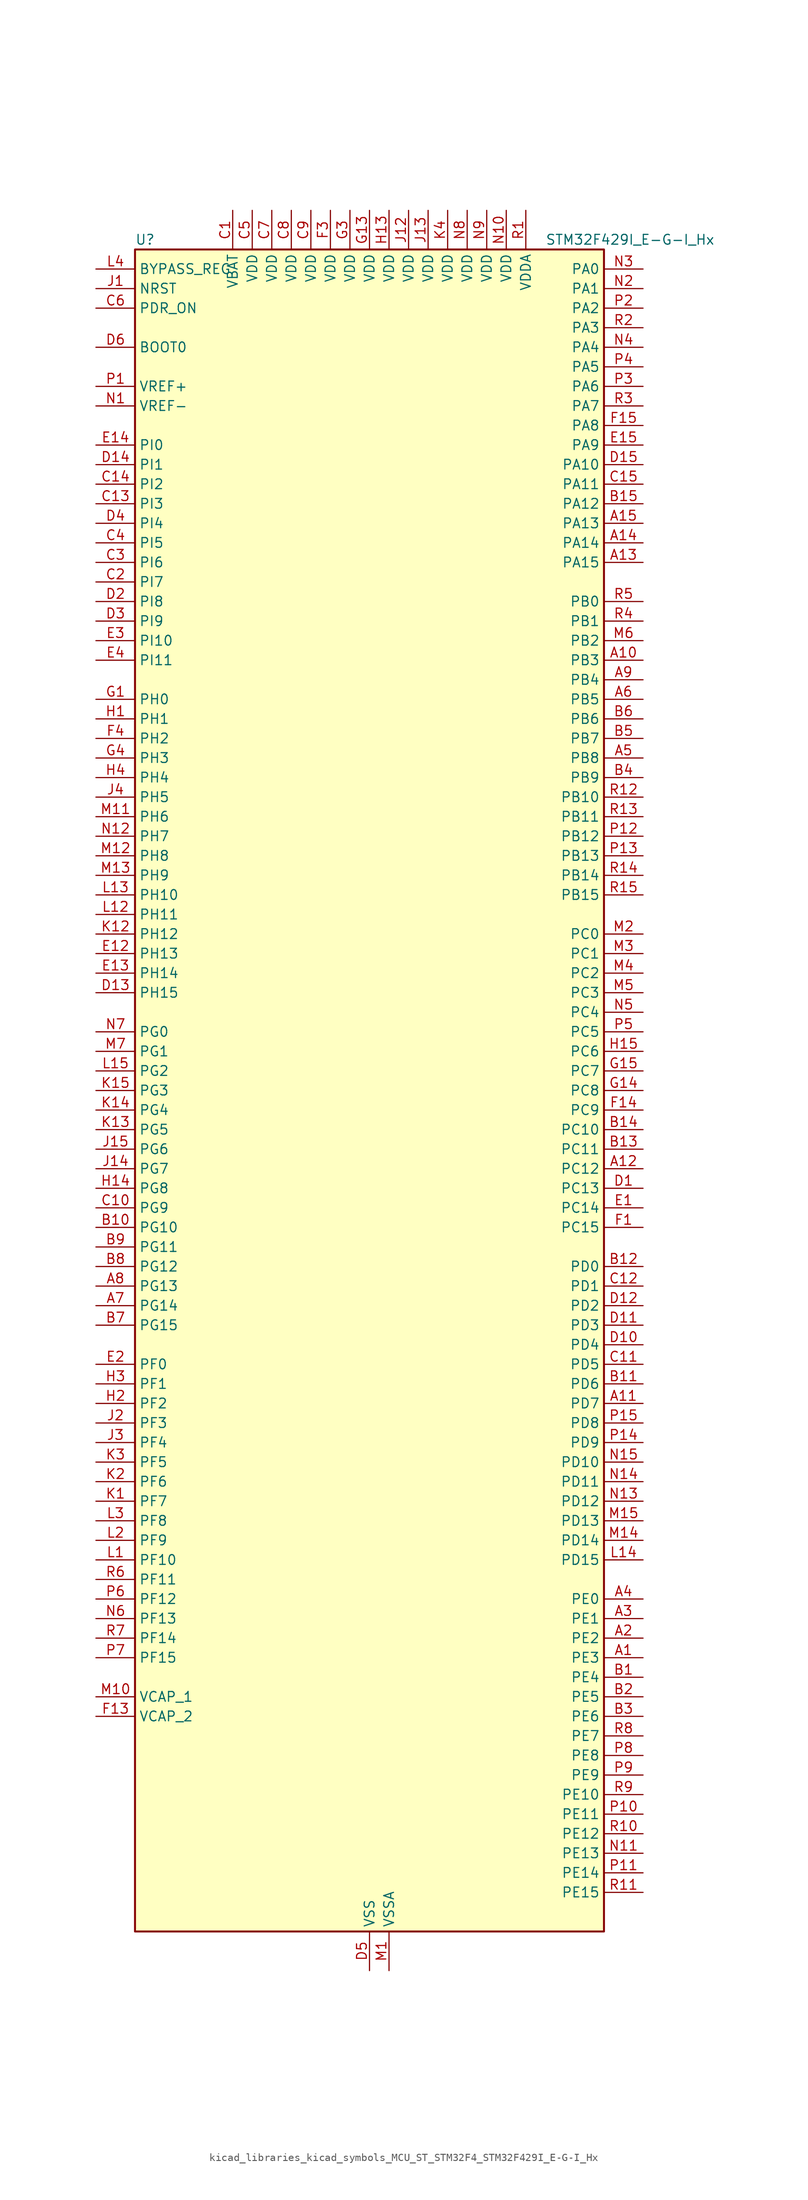
<source format=kicad_sym>
(kicad_symbol_lib
  (version 20220914)
  (generator kicad_symbol_editor)
  (symbol "kicad_libraries_kicad_symbols_MCU_ST_STM32F4_STM32F429I_E-G-I_Hx"
    (property "Reference" "U"
      (at -30.48 110.49 0)
      (effects (font (size 1.27 1.27)) (justify left)))
    (property "Value" "STM32F429I_E-G-I_Hx"
      (at 22.86 110.49 0)
      (effects (font (size 1.27 1.27)) (justify left)))
    (property "ki_locked" ""
      (at 0 0 0)
      (effects (font (size 1.27 1.27))))
    (symbol "kicad_libraries_kicad_symbols_MCU_ST_STM32F4_STM32F429I_E-G-I_Hx_0_1"
      (rectangle (start -30.48 -109.22) (end 30.48 109.22) (stroke (width 0.254) (type default)) (fill (type background))))
    (symbol "kicad_libraries_kicad_symbols_MCU_ST_STM32F4_STM32F429I_E-G-I_Hx_1_1"
      (pin bidirectional line (at 35.56 -73.66 180) (length 5.08) (name "PE3" (effects (font (size 1.27 1.27)))) (number "A1" (effects (font (size 1.27 1.27)))) (alternate "FMC_A19" bidirectional line) (alternate "SAI1_SD_B" bidirectional line) (alternate "SYS_TRACED0" bidirectional line))
      (pin bidirectional line (at 35.56 55.88 180) (length 5.08) (name "PB3" (effects (font (size 1.27 1.27)))) (number "A10" (effects (font (size 1.27 1.27)))) (alternate "I2S3_CK" bidirectional line) (alternate "SPI1_SCK" bidirectional line) (alternate "SPI3_SCK" bidirectional line) (alternate "SYS_JTDO-SWO" bidirectional line) (alternate "TIM2_CH2" bidirectional line))
      (pin bidirectional line (at 35.56 -40.64 180) (length 5.08) (name "PD7" (effects (font (size 1.27 1.27)))) (number "A11" (effects (font (size 1.27 1.27)))) (alternate "FMC_NCE2" bidirectional line) (alternate "FMC_NE1" bidirectional line) (alternate "USART2_CK" bidirectional line))
      (pin bidirectional line (at 35.56 -10.16 180) (length 5.08) (name "PC12" (effects (font (size 1.27 1.27)))) (number "A12" (effects (font (size 1.27 1.27)))) (alternate "DCMI_D9" bidirectional line) (alternate "I2S3_SD" bidirectional line) (alternate "SDIO_CK" bidirectional line) (alternate "SPI3_MOSI" bidirectional line) (alternate "UART5_TX" bidirectional line) (alternate "USART3_CK" bidirectional line))
      (pin bidirectional line (at 35.56 68.58 180) (length 5.08) (name "PA15" (effects (font (size 1.27 1.27)))) (number "A13" (effects (font (size 1.27 1.27)))) (alternate "ADC1_EXTI15" bidirectional line) (alternate "ADC2_EXTI15" bidirectional line) (alternate "ADC3_EXTI15" bidirectional line) (alternate "I2S3_WS" bidirectional line) (alternate "SPI1_NSS" bidirectional line) (alternate "SPI3_NSS" bidirectional line) (alternate "SYS_JTDI" bidirectional line) (alternate "TIM2_CH1" bidirectional line) (alternate "TIM2_ETR" bidirectional line))
      (pin bidirectional line (at 35.56 71.12 180) (length 5.08) (name "PA14" (effects (font (size 1.27 1.27)))) (number "A14" (effects (font (size 1.27 1.27)))) (alternate "SYS_JTCK-SWCLK" bidirectional line))
      (pin bidirectional line (at 35.56 73.66 180) (length 5.08) (name "PA13" (effects (font (size 1.27 1.27)))) (number "A15" (effects (font (size 1.27 1.27)))) (alternate "SYS_JTMS-SWDIO" bidirectional line))
      (pin bidirectional line (at 35.56 -71.12 180) (length 5.08) (name "PE2" (effects (font (size 1.27 1.27)))) (number "A2" (effects (font (size 1.27 1.27)))) (alternate "ETH_TXD3" bidirectional line) (alternate "FMC_A23" bidirectional line) (alternate "SAI1_MCLK_A" bidirectional line) (alternate "SPI4_SCK" bidirectional line) (alternate "SYS_TRACECLK" bidirectional line))
      (pin bidirectional line (at 35.56 -68.58 180) (length 5.08) (name "PE1" (effects (font (size 1.27 1.27)))) (number "A3" (effects (font (size 1.27 1.27)))) (alternate "DCMI_D3" bidirectional line) (alternate "FMC_NBL1" bidirectional line) (alternate "UART8_TX" bidirectional line))
      (pin bidirectional line (at 35.56 -66.04 180) (length 5.08) (name "PE0" (effects (font (size 1.27 1.27)))) (number "A4" (effects (font (size 1.27 1.27)))) (alternate "DCMI_D2" bidirectional line) (alternate "FMC_NBL0" bidirectional line) (alternate "TIM4_ETR" bidirectional line) (alternate "UART8_RX" bidirectional line))
      (pin bidirectional line (at 35.56 43.18 180) (length 5.08) (name "PB8" (effects (font (size 1.27 1.27)))) (number "A5" (effects (font (size 1.27 1.27)))) (alternate "CAN1_RX" bidirectional line) (alternate "DCMI_D6" bidirectional line) (alternate "ETH_TXD3" bidirectional line) (alternate "I2C1_SCL" bidirectional line) (alternate "LTDC_B6" bidirectional line) (alternate "SDIO_D4" bidirectional line) (alternate "TIM10_CH1" bidirectional line) (alternate "TIM4_CH3" bidirectional line))
      (pin bidirectional line (at 35.56 50.8 180) (length 5.08) (name "PB5" (effects (font (size 1.27 1.27)))) (number "A6" (effects (font (size 1.27 1.27)))) (alternate "CAN2_RX" bidirectional line) (alternate "DCMI_D10" bidirectional line) (alternate "ETH_PPS_OUT" bidirectional line) (alternate "FMC_SDCKE1" bidirectional line) (alternate "I2C1_SMBA" bidirectional line) (alternate "I2S3_SD" bidirectional line) (alternate "SPI1_MOSI" bidirectional line) (alternate "SPI3_MOSI" bidirectional line) (alternate "TIM3_CH2" bidirectional line) (alternate "USB_OTG_HS_ULPI_D7" bidirectional line))
      (pin bidirectional line (at -35.56 -27.94 0) (length 5.08) (name "PG14" (effects (font (size 1.27 1.27)))) (number "A7" (effects (font (size 1.27 1.27)))) (alternate "ETH_TXD1" bidirectional line) (alternate "FMC_A25" bidirectional line) (alternate "SPI6_MOSI" bidirectional line) (alternate "USART6_TX" bidirectional line))
      (pin bidirectional line (at -35.56 -25.4 0) (length 5.08) (name "PG13" (effects (font (size 1.27 1.27)))) (number "A8" (effects (font (size 1.27 1.27)))) (alternate "ETH_TXD0" bidirectional line) (alternate "FMC_A24" bidirectional line) (alternate "SPI6_SCK" bidirectional line) (alternate "USART6_CTS" bidirectional line))
      (pin bidirectional line (at 35.56 53.34 180) (length 5.08) (name "PB4" (effects (font (size 1.27 1.27)))) (number "A9" (effects (font (size 1.27 1.27)))) (alternate "I2S3_ext_SD" bidirectional line) (alternate "SPI1_MISO" bidirectional line) (alternate "SPI3_MISO" bidirectional line) (alternate "SYS_JTRST" bidirectional line) (alternate "TIM3_CH1" bidirectional line))
      (pin bidirectional line (at 35.56 -76.2 180) (length 5.08) (name "PE4" (effects (font (size 1.27 1.27)))) (number "B1" (effects (font (size 1.27 1.27)))) (alternate "DCMI_D4" bidirectional line) (alternate "FMC_A20" bidirectional line) (alternate "LTDC_B0" bidirectional line) (alternate "SAI1_FS_A" bidirectional line) (alternate "SPI4_NSS" bidirectional line) (alternate "SYS_TRACED1" bidirectional line))
      (pin bidirectional line (at -35.56 -17.78 0) (length 5.08) (name "PG10" (effects (font (size 1.27 1.27)))) (number "B10" (effects (font (size 1.27 1.27)))) (alternate "DCMI_D2" bidirectional line) (alternate "FMC_NCE4_1" bidirectional line) (alternate "FMC_NE3" bidirectional line) (alternate "LTDC_B2" bidirectional line) (alternate "LTDC_G3" bidirectional line))
      (pin bidirectional line (at 35.56 -38.1 180) (length 5.08) (name "PD6" (effects (font (size 1.27 1.27)))) (number "B11" (effects (font (size 1.27 1.27)))) (alternate "DCMI_D10" bidirectional line) (alternate "FMC_NWAIT" bidirectional line) (alternate "I2S3_SD" bidirectional line) (alternate "LTDC_B2" bidirectional line) (alternate "SAI1_SD_A" bidirectional line) (alternate "SPI3_MOSI" bidirectional line) (alternate "USART2_RX" bidirectional line))
      (pin bidirectional line (at 35.56 -22.86 180) (length 5.08) (name "PD0" (effects (font (size 1.27 1.27)))) (number "B12" (effects (font (size 1.27 1.27)))) (alternate "CAN1_RX" bidirectional line) (alternate "FMC_D2" bidirectional line) (alternate "FMC_DA2" bidirectional line))
      (pin bidirectional line (at 35.56 -7.62 180) (length 5.08) (name "PC11" (effects (font (size 1.27 1.27)))) (number "B13" (effects (font (size 1.27 1.27)))) (alternate "ADC1_EXTI11" bidirectional line) (alternate "ADC2_EXTI11" bidirectional line) (alternate "ADC3_EXTI11" bidirectional line) (alternate "DCMI_D4" bidirectional line) (alternate "I2S3_ext_SD" bidirectional line) (alternate "SDIO_D3" bidirectional line) (alternate "SPI3_MISO" bidirectional line) (alternate "UART4_RX" bidirectional line) (alternate "USART3_RX" bidirectional line))
      (pin bidirectional line (at 35.56 -5.08 180) (length 5.08) (name "PC10" (effects (font (size 1.27 1.27)))) (number "B14" (effects (font (size 1.27 1.27)))) (alternate "DCMI_D8" bidirectional line) (alternate "I2S3_CK" bidirectional line) (alternate "LTDC_R2" bidirectional line) (alternate "SDIO_D2" bidirectional line) (alternate "SPI3_SCK" bidirectional line) (alternate "UART4_TX" bidirectional line) (alternate "USART3_TX" bidirectional line))
      (pin bidirectional line (at 35.56 76.2 180) (length 5.08) (name "PA12" (effects (font (size 1.27 1.27)))) (number "B15" (effects (font (size 1.27 1.27)))) (alternate "CAN1_TX" bidirectional line) (alternate "LTDC_R5" bidirectional line) (alternate "TIM1_ETR" bidirectional line) (alternate "USART1_RTS" bidirectional line) (alternate "USB_OTG_FS_DP" bidirectional line))
      (pin bidirectional line (at 35.56 -78.74 180) (length 5.08) (name "PE5" (effects (font (size 1.27 1.27)))) (number "B2" (effects (font (size 1.27 1.27)))) (alternate "DCMI_D6" bidirectional line) (alternate "FMC_A21" bidirectional line) (alternate "LTDC_G0" bidirectional line) (alternate "SAI1_SCK_A" bidirectional line) (alternate "SPI4_MISO" bidirectional line) (alternate "SYS_TRACED2" bidirectional line) (alternate "TIM9_CH1" bidirectional line))
      (pin bidirectional line (at 35.56 -81.28 180) (length 5.08) (name "PE6" (effects (font (size 1.27 1.27)))) (number "B3" (effects (font (size 1.27 1.27)))) (alternate "DCMI_D7" bidirectional line) (alternate "FMC_A22" bidirectional line) (alternate "LTDC_G1" bidirectional line) (alternate "SAI1_SD_A" bidirectional line) (alternate "SPI4_MOSI" bidirectional line) (alternate "SYS_TRACED3" bidirectional line) (alternate "TIM9_CH2" bidirectional line))
      (pin bidirectional line (at 35.56 40.64 180) (length 5.08) (name "PB9" (effects (font (size 1.27 1.27)))) (number "B4" (effects (font (size 1.27 1.27)))) (alternate "CAN1_TX" bidirectional line) (alternate "DAC_EXTI9" bidirectional line) (alternate "DCMI_D7" bidirectional line) (alternate "I2C1_SDA" bidirectional line) (alternate "I2S2_WS" bidirectional line) (alternate "LTDC_B7" bidirectional line) (alternate "SDIO_D5" bidirectional line) (alternate "SPI2_NSS" bidirectional line) (alternate "TIM11_CH1" bidirectional line) (alternate "TIM4_CH4" bidirectional line))
      (pin bidirectional line (at 35.56 45.72 180) (length 5.08) (name "PB7" (effects (font (size 1.27 1.27)))) (number "B5" (effects (font (size 1.27 1.27)))) (alternate "DCMI_VSYNC" bidirectional line) (alternate "FMC_NL" bidirectional line) (alternate "I2C1_SDA" bidirectional line) (alternate "TIM4_CH2" bidirectional line) (alternate "USART1_RX" bidirectional line))
      (pin bidirectional line (at 35.56 48.26 180) (length 5.08) (name "PB6" (effects (font (size 1.27 1.27)))) (number "B6" (effects (font (size 1.27 1.27)))) (alternate "CAN2_TX" bidirectional line) (alternate "DCMI_D5" bidirectional line) (alternate "FMC_SDNE1" bidirectional line) (alternate "I2C1_SCL" bidirectional line) (alternate "TIM4_CH1" bidirectional line) (alternate "USART1_TX" bidirectional line))
      (pin bidirectional line (at -35.56 -30.48 0) (length 5.08) (name "PG15" (effects (font (size 1.27 1.27)))) (number "B7" (effects (font (size 1.27 1.27)))) (alternate "ADC1_EXTI15" bidirectional line) (alternate "ADC2_EXTI15" bidirectional line) (alternate "ADC3_EXTI15" bidirectional line) (alternate "DCMI_D13" bidirectional line) (alternate "FMC_SDNCAS" bidirectional line) (alternate "USART6_CTS" bidirectional line))
      (pin bidirectional line (at -35.56 -22.86 0) (length 5.08) (name "PG12" (effects (font (size 1.27 1.27)))) (number "B8" (effects (font (size 1.27 1.27)))) (alternate "FMC_NE4" bidirectional line) (alternate "LTDC_B1" bidirectional line) (alternate "LTDC_B4" bidirectional line) (alternate "SPI6_MISO" bidirectional line) (alternate "USART6_RTS" bidirectional line))
      (pin bidirectional line (at -35.56 -20.32 0) (length 5.08) (name "PG11" (effects (font (size 1.27 1.27)))) (number "B9" (effects (font (size 1.27 1.27)))) (alternate "ADC1_EXTI11" bidirectional line) (alternate "ADC2_EXTI11" bidirectional line) (alternate "ADC3_EXTI11" bidirectional line) (alternate "DCMI_D3" bidirectional line) (alternate "ETH_TX_EN" bidirectional line) (alternate "FMC_NCE4_2" bidirectional line) (alternate "LTDC_B3" bidirectional line))
      (pin power_in line (at -17.78 114.3 270) (length 5.08) (name "VBAT" (effects (font (size 1.27 1.27)))) (number "C1" (effects (font (size 1.27 1.27)))))
      (pin bidirectional line (at -35.56 -15.24 0) (length 5.08) (name "PG9" (effects (font (size 1.27 1.27)))) (number "C10" (effects (font (size 1.27 1.27)))) (alternate "DAC_EXTI9" bidirectional line) (alternate "DCMI_VSYNC" bidirectional line) (alternate "FMC_NCE3" bidirectional line) (alternate "FMC_NE2" bidirectional line) (alternate "USART6_RX" bidirectional line))
      (pin bidirectional line (at 35.56 -35.56 180) (length 5.08) (name "PD5" (effects (font (size 1.27 1.27)))) (number "C11" (effects (font (size 1.27 1.27)))) (alternate "FMC_NWE" bidirectional line) (alternate "USART2_TX" bidirectional line))
      (pin bidirectional line (at 35.56 -25.4 180) (length 5.08) (name "PD1" (effects (font (size 1.27 1.27)))) (number "C12" (effects (font (size 1.27 1.27)))) (alternate "CAN1_TX" bidirectional line) (alternate "FMC_D3" bidirectional line) (alternate "FMC_DA3" bidirectional line))
      (pin bidirectional line (at -35.56 76.2 0) (length 5.08) (name "PI3" (effects (font (size 1.27 1.27)))) (number "C13" (effects (font (size 1.27 1.27)))) (alternate "DCMI_D10" bidirectional line) (alternate "FMC_D27" bidirectional line) (alternate "I2S2_SD" bidirectional line) (alternate "SPI2_MOSI" bidirectional line) (alternate "TIM8_ETR" bidirectional line))
      (pin bidirectional line (at -35.56 78.74 0) (length 5.08) (name "PI2" (effects (font (size 1.27 1.27)))) (number "C14" (effects (font (size 1.27 1.27)))) (alternate "DCMI_D9" bidirectional line) (alternate "FMC_D26" bidirectional line) (alternate "I2S2_ext_SD" bidirectional line) (alternate "LTDC_G7" bidirectional line) (alternate "SPI2_MISO" bidirectional line) (alternate "TIM8_CH4" bidirectional line))
      (pin bidirectional line (at 35.56 78.74 180) (length 5.08) (name "PA11" (effects (font (size 1.27 1.27)))) (number "C15" (effects (font (size 1.27 1.27)))) (alternate "ADC1_EXTI11" bidirectional line) (alternate "ADC2_EXTI11" bidirectional line) (alternate "ADC3_EXTI11" bidirectional line) (alternate "CAN1_RX" bidirectional line) (alternate "LTDC_R4" bidirectional line) (alternate "TIM1_CH4" bidirectional line) (alternate "USART1_CTS" bidirectional line) (alternate "USB_OTG_FS_DM" bidirectional line))
      (pin bidirectional line (at -35.56 66.04 0) (length 5.08) (name "PI7" (effects (font (size 1.27 1.27)))) (number "C2" (effects (font (size 1.27 1.27)))) (alternate "DCMI_D7" bidirectional line) (alternate "FMC_D29" bidirectional line) (alternate "LTDC_B7" bidirectional line) (alternate "TIM8_CH3" bidirectional line))
      (pin bidirectional line (at -35.56 68.58 0) (length 5.08) (name "PI6" (effects (font (size 1.27 1.27)))) (number "C3" (effects (font (size 1.27 1.27)))) (alternate "DCMI_D6" bidirectional line) (alternate "FMC_D28" bidirectional line) (alternate "LTDC_B6" bidirectional line) (alternate "TIM8_CH2" bidirectional line))
      (pin bidirectional line (at -35.56 71.12 0) (length 5.08) (name "PI5" (effects (font (size 1.27 1.27)))) (number "C4" (effects (font (size 1.27 1.27)))) (alternate "DCMI_VSYNC" bidirectional line) (alternate "FMC_NBL3" bidirectional line) (alternate "LTDC_B5" bidirectional line) (alternate "TIM8_CH1" bidirectional line))
      (pin power_in line (at -15.24 114.3 270) (length 5.08) (name "VDD" (effects (font (size 1.27 1.27)))) (number "C5" (effects (font (size 1.27 1.27)))))
      (pin input line (at -35.56 101.6 0) (length 5.08) (name "PDR_ON" (effects (font (size 1.27 1.27)))) (number "C6" (effects (font (size 1.27 1.27)))))
      (pin power_in line (at -12.7 114.3 270) (length 5.08) (name "VDD" (effects (font (size 1.27 1.27)))) (number "C7" (effects (font (size 1.27 1.27)))))
      (pin power_in line (at -10.16 114.3 270) (length 5.08) (name "VDD" (effects (font (size 1.27 1.27)))) (number "C8" (effects (font (size 1.27 1.27)))))
      (pin power_in line (at -7.62 114.3 270) (length 5.08) (name "VDD" (effects (font (size 1.27 1.27)))) (number "C9" (effects (font (size 1.27 1.27)))))
      (pin bidirectional line (at 35.56 -12.7 180) (length 5.08) (name "PC13" (effects (font (size 1.27 1.27)))) (number "D1" (effects (font (size 1.27 1.27)))) (alternate "RTC_AF1" bidirectional line))
      (pin bidirectional line (at 35.56 -33.02 180) (length 5.08) (name "PD4" (effects (font (size 1.27 1.27)))) (number "D10" (effects (font (size 1.27 1.27)))) (alternate "FMC_NOE" bidirectional line) (alternate "USART2_RTS" bidirectional line))
      (pin bidirectional line (at 35.56 -30.48 180) (length 5.08) (name "PD3" (effects (font (size 1.27 1.27)))) (number "D11" (effects (font (size 1.27 1.27)))) (alternate "DCMI_D5" bidirectional line) (alternate "FMC_CLK" bidirectional line) (alternate "I2S2_CK" bidirectional line) (alternate "LTDC_G7" bidirectional line) (alternate "SPI2_SCK" bidirectional line) (alternate "USART2_CTS" bidirectional line))
      (pin bidirectional line (at 35.56 -27.94 180) (length 5.08) (name "PD2" (effects (font (size 1.27 1.27)))) (number "D12" (effects (font (size 1.27 1.27)))) (alternate "DCMI_D11" bidirectional line) (alternate "SDIO_CMD" bidirectional line) (alternate "TIM3_ETR" bidirectional line) (alternate "UART5_RX" bidirectional line))
      (pin bidirectional line (at -35.56 12.7 0) (length 5.08) (name "PH15" (effects (font (size 1.27 1.27)))) (number "D13" (effects (font (size 1.27 1.27)))) (alternate "ADC1_EXTI15" bidirectional line) (alternate "ADC2_EXTI15" bidirectional line) (alternate "ADC3_EXTI15" bidirectional line) (alternate "DCMI_D11" bidirectional line) (alternate "FMC_D23" bidirectional line) (alternate "LTDC_G4" bidirectional line) (alternate "TIM8_CH3N" bidirectional line))
      (pin bidirectional line (at -35.56 81.28 0) (length 5.08) (name "PI1" (effects (font (size 1.27 1.27)))) (number "D14" (effects (font (size 1.27 1.27)))) (alternate "DCMI_D8" bidirectional line) (alternate "FMC_D25" bidirectional line) (alternate "I2S2_CK" bidirectional line) (alternate "LTDC_G6" bidirectional line) (alternate "SPI2_SCK" bidirectional line))
      (pin bidirectional line (at 35.56 81.28 180) (length 5.08) (name "PA10" (effects (font (size 1.27 1.27)))) (number "D15" (effects (font (size 1.27 1.27)))) (alternate "DCMI_D1" bidirectional line) (alternate "TIM1_CH3" bidirectional line) (alternate "USART1_RX" bidirectional line) (alternate "USB_OTG_FS_ID" bidirectional line))
      (pin bidirectional line (at -35.56 63.5 0) (length 5.08) (name "PI8" (effects (font (size 1.27 1.27)))) (number "D2" (effects (font (size 1.27 1.27)))) (alternate "RTC_AF2" bidirectional line))
      (pin bidirectional line (at -35.56 60.96 0) (length 5.08) (name "PI9" (effects (font (size 1.27 1.27)))) (number "D3" (effects (font (size 1.27 1.27)))) (alternate "CAN1_RX" bidirectional line) (alternate "DAC_EXTI9" bidirectional line) (alternate "FMC_D30" bidirectional line) (alternate "LTDC_VSYNC" bidirectional line))
      (pin bidirectional line (at -35.56 73.66 0) (length 5.08) (name "PI4" (effects (font (size 1.27 1.27)))) (number "D4" (effects (font (size 1.27 1.27)))) (alternate "DCMI_D5" bidirectional line) (alternate "FMC_NBL2" bidirectional line) (alternate "LTDC_B4" bidirectional line) (alternate "TIM8_BKIN" bidirectional line))
      (pin power_in line (at 0 -114.3 90) (length 5.08) (name "VSS" (effects (font (size 1.27 1.27)))) (number "D5" (effects (font (size 1.27 1.27)))))
      (pin input line (at -35.56 96.52 0) (length 5.08) (name "BOOT0" (effects (font (size 1.27 1.27)))) (number "D6" (effects (font (size 1.27 1.27)))))
      (pin passive line (at 0 -114.3 90) (length 5.08) hide (name "VSS" (effects (font (size 1.27 1.27)))) (number "D7" (effects (font (size 1.27 1.27)))))
      (pin passive line (at 0 -114.3 90) (length 5.08) hide (name "VSS" (effects (font (size 1.27 1.27)))) (number "D8" (effects (font (size 1.27 1.27)))))
      (pin passive line (at 0 -114.3 90) (length 5.08) hide (name "VSS" (effects (font (size 1.27 1.27)))) (number "D9" (effects (font (size 1.27 1.27)))))
      (pin bidirectional line (at 35.56 -15.24 180) (length 5.08) (name "PC14" (effects (font (size 1.27 1.27)))) (number "E1" (effects (font (size 1.27 1.27)))) (alternate "RCC_OSC32_IN" bidirectional line))
      (pin bidirectional line (at -35.56 17.78 0) (length 5.08) (name "PH13" (effects (font (size 1.27 1.27)))) (number "E12" (effects (font (size 1.27 1.27)))) (alternate "CAN1_TX" bidirectional line) (alternate "FMC_D21" bidirectional line) (alternate "LTDC_G2" bidirectional line) (alternate "TIM8_CH1N" bidirectional line))
      (pin bidirectional line (at -35.56 15.24 0) (length 5.08) (name "PH14" (effects (font (size 1.27 1.27)))) (number "E13" (effects (font (size 1.27 1.27)))) (alternate "DCMI_D4" bidirectional line) (alternate "FMC_D22" bidirectional line) (alternate "LTDC_G3" bidirectional line) (alternate "TIM8_CH2N" bidirectional line))
      (pin bidirectional line (at -35.56 83.82 0) (length 5.08) (name "PI0" (effects (font (size 1.27 1.27)))) (number "E14" (effects (font (size 1.27 1.27)))) (alternate "DCMI_D13" bidirectional line) (alternate "FMC_D24" bidirectional line) (alternate "I2S2_WS" bidirectional line) (alternate "LTDC_G5" bidirectional line) (alternate "SPI2_NSS" bidirectional line) (alternate "TIM5_CH4" bidirectional line))
      (pin bidirectional line (at 35.56 83.82 180) (length 5.08) (name "PA9" (effects (font (size 1.27 1.27)))) (number "E15" (effects (font (size 1.27 1.27)))) (alternate "DAC_EXTI9" bidirectional line) (alternate "DCMI_D0" bidirectional line) (alternate "I2C3_SMBA" bidirectional line) (alternate "TIM1_CH2" bidirectional line) (alternate "USART1_TX" bidirectional line) (alternate "USB_OTG_FS_VBUS" bidirectional line))
      (pin bidirectional line (at -35.56 -35.56 0) (length 5.08) (name "PF0" (effects (font (size 1.27 1.27)))) (number "E2" (effects (font (size 1.27 1.27)))) (alternate "FMC_A0" bidirectional line) (alternate "I2C2_SDA" bidirectional line))
      (pin bidirectional line (at -35.56 58.42 0) (length 5.08) (name "PI10" (effects (font (size 1.27 1.27)))) (number "E3" (effects (font (size 1.27 1.27)))) (alternate "ETH_RX_ER" bidirectional line) (alternate "FMC_D31" bidirectional line) (alternate "LTDC_HSYNC" bidirectional line))
      (pin bidirectional line (at -35.56 55.88 0) (length 5.08) (name "PI11" (effects (font (size 1.27 1.27)))) (number "E4" (effects (font (size 1.27 1.27)))) (alternate "ADC1_EXTI11" bidirectional line) (alternate "ADC2_EXTI11" bidirectional line) (alternate "ADC3_EXTI11" bidirectional line) (alternate "USB_OTG_HS_ULPI_DIR" bidirectional line))
      (pin bidirectional line (at 35.56 -17.78 180) (length 5.08) (name "PC15" (effects (font (size 1.27 1.27)))) (number "F1" (effects (font (size 1.27 1.27)))) (alternate "ADC1_EXTI15" bidirectional line) (alternate "ADC2_EXTI15" bidirectional line) (alternate "ADC3_EXTI15" bidirectional line) (alternate "RCC_OSC32_OUT" bidirectional line))
      (pin passive line (at 0 -114.3 90) (length 5.08) hide (name "VSS" (effects (font (size 1.27 1.27)))) (number "F10" (effects (font (size 1.27 1.27)))))
      (pin passive line (at 0 -114.3 90) (length 5.08) hide (name "VSS" (effects (font (size 1.27 1.27)))) (number "F12" (effects (font (size 1.27 1.27)))))
      (pin power_out line (at -35.56 -81.28 0) (length 5.08) (name "VCAP_2" (effects (font (size 1.27 1.27)))) (number "F13" (effects (font (size 1.27 1.27)))))
      (pin bidirectional line (at 35.56 -2.54 180) (length 5.08) (name "PC9" (effects (font (size 1.27 1.27)))) (number "F14" (effects (font (size 1.27 1.27)))) (alternate "DAC_EXTI9" bidirectional line) (alternate "DCMI_D3" bidirectional line) (alternate "I2C3_SDA" bidirectional line) (alternate "I2S_CKIN" bidirectional line) (alternate "RCC_MCO_2" bidirectional line) (alternate "SDIO_D1" bidirectional line) (alternate "TIM3_CH4" bidirectional line) (alternate "TIM8_CH4" bidirectional line))
      (pin bidirectional line (at 35.56 86.36 180) (length 5.08) (name "PA8" (effects (font (size 1.27 1.27)))) (number "F15" (effects (font (size 1.27 1.27)))) (alternate "I2C3_SCL" bidirectional line) (alternate "LTDC_R6" bidirectional line) (alternate "RCC_MCO_1" bidirectional line) (alternate "TIM1_CH1" bidirectional line) (alternate "USART1_CK" bidirectional line) (alternate "USB_OTG_FS_SOF" bidirectional line))
      (pin passive line (at 0 -114.3 90) (length 5.08) hide (name "VSS" (effects (font (size 1.27 1.27)))) (number "F2" (effects (font (size 1.27 1.27)))))
      (pin power_in line (at -5.08 114.3 270) (length 5.08) (name "VDD" (effects (font (size 1.27 1.27)))) (number "F3" (effects (font (size 1.27 1.27)))))
      (pin bidirectional line (at -35.56 45.72 0) (length 5.08) (name "PH2" (effects (font (size 1.27 1.27)))) (number "F4" (effects (font (size 1.27 1.27)))) (alternate "ETH_CRS" bidirectional line) (alternate "FMC_SDCKE0" bidirectional line) (alternate "LTDC_R0" bidirectional line))
      (pin passive line (at 0 -114.3 90) (length 5.08) hide (name "VSS" (effects (font (size 1.27 1.27)))) (number "F6" (effects (font (size 1.27 1.27)))))
      (pin passive line (at 0 -114.3 90) (length 5.08) hide (name "VSS" (effects (font (size 1.27 1.27)))) (number "F7" (effects (font (size 1.27 1.27)))))
      (pin passive line (at 0 -114.3 90) (length 5.08) hide (name "VSS" (effects (font (size 1.27 1.27)))) (number "F8" (effects (font (size 1.27 1.27)))))
      (pin passive line (at 0 -114.3 90) (length 5.08) hide (name "VSS" (effects (font (size 1.27 1.27)))) (number "F9" (effects (font (size 1.27 1.27)))))
      (pin bidirectional line (at -35.56 50.8 0) (length 5.08) (name "PH0" (effects (font (size 1.27 1.27)))) (number "G1" (effects (font (size 1.27 1.27)))) (alternate "RCC_OSC_IN" bidirectional line))
      (pin passive line (at 0 -114.3 90) (length 5.08) hide (name "VSS" (effects (font (size 1.27 1.27)))) (number "G10" (effects (font (size 1.27 1.27)))))
      (pin passive line (at 0 -114.3 90) (length 5.08) hide (name "VSS" (effects (font (size 1.27 1.27)))) (number "G12" (effects (font (size 1.27 1.27)))))
      (pin power_in line (at 0 114.3 270) (length 5.08) (name "VDD" (effects (font (size 1.27 1.27)))) (number "G13" (effects (font (size 1.27 1.27)))))
      (pin bidirectional line (at 35.56 0 180) (length 5.08) (name "PC8" (effects (font (size 1.27 1.27)))) (number "G14" (effects (font (size 1.27 1.27)))) (alternate "DCMI_D2" bidirectional line) (alternate "SDIO_D0" bidirectional line) (alternate "TIM3_CH3" bidirectional line) (alternate "TIM8_CH3" bidirectional line) (alternate "USART6_CK" bidirectional line))
      (pin bidirectional line (at 35.56 2.54 180) (length 5.08) (name "PC7" (effects (font (size 1.27 1.27)))) (number "G15" (effects (font (size 1.27 1.27)))) (alternate "DCMI_D1" bidirectional line) (alternate "I2S3_MCK" bidirectional line) (alternate "LTDC_G6" bidirectional line) (alternate "SDIO_D7" bidirectional line) (alternate "TIM3_CH2" bidirectional line) (alternate "TIM8_CH2" bidirectional line) (alternate "USART6_RX" bidirectional line))
      (pin passive line (at 0 -114.3 90) (length 5.08) hide (name "VSS" (effects (font (size 1.27 1.27)))) (number "G2" (effects (font (size 1.27 1.27)))))
      (pin power_in line (at -2.54 114.3 270) (length 5.08) (name "VDD" (effects (font (size 1.27 1.27)))) (number "G3" (effects (font (size 1.27 1.27)))))
      (pin bidirectional line (at -35.56 43.18 0) (length 5.08) (name "PH3" (effects (font (size 1.27 1.27)))) (number "G4" (effects (font (size 1.27 1.27)))) (alternate "ETH_COL" bidirectional line) (alternate "FMC_SDNE0" bidirectional line) (alternate "LTDC_R1" bidirectional line))
      (pin passive line (at 0 -114.3 90) (length 5.08) hide (name "VSS" (effects (font (size 1.27 1.27)))) (number "G6" (effects (font (size 1.27 1.27)))))
      (pin passive line (at 0 -114.3 90) (length 5.08) hide (name "VSS" (effects (font (size 1.27 1.27)))) (number "G7" (effects (font (size 1.27 1.27)))))
      (pin passive line (at 0 -114.3 90) (length 5.08) hide (name "VSS" (effects (font (size 1.27 1.27)))) (number "G8" (effects (font (size 1.27 1.27)))))
      (pin passive line (at 0 -114.3 90) (length 5.08) hide (name "VSS" (effects (font (size 1.27 1.27)))) (number "G9" (effects (font (size 1.27 1.27)))))
      (pin bidirectional line (at -35.56 48.26 0) (length 5.08) (name "PH1" (effects (font (size 1.27 1.27)))) (number "H1" (effects (font (size 1.27 1.27)))) (alternate "RCC_OSC_OUT" bidirectional line))
      (pin passive line (at 0 -114.3 90) (length 5.08) hide (name "VSS" (effects (font (size 1.27 1.27)))) (number "H10" (effects (font (size 1.27 1.27)))))
      (pin passive line (at 0 -114.3 90) (length 5.08) hide (name "VSS" (effects (font (size 1.27 1.27)))) (number "H12" (effects (font (size 1.27 1.27)))))
      (pin power_in line (at 2.54 114.3 270) (length 5.08) (name "VDD" (effects (font (size 1.27 1.27)))) (number "H13" (effects (font (size 1.27 1.27)))))
      (pin bidirectional line (at -35.56 -12.7 0) (length 5.08) (name "PG8" (effects (font (size 1.27 1.27)))) (number "H14" (effects (font (size 1.27 1.27)))) (alternate "ETH_PPS_OUT" bidirectional line) (alternate "FMC_SDCLK" bidirectional line) (alternate "SPI6_NSS" bidirectional line) (alternate "USART6_RTS" bidirectional line))
      (pin bidirectional line (at 35.56 5.08 180) (length 5.08) (name "PC6" (effects (font (size 1.27 1.27)))) (number "H15" (effects (font (size 1.27 1.27)))) (alternate "DCMI_D0" bidirectional line) (alternate "I2S2_MCK" bidirectional line) (alternate "LTDC_HSYNC" bidirectional line) (alternate "SDIO_D6" bidirectional line) (alternate "TIM3_CH1" bidirectional line) (alternate "TIM8_CH1" bidirectional line) (alternate "USART6_TX" bidirectional line))
      (pin bidirectional line (at -35.56 -40.64 0) (length 5.08) (name "PF2" (effects (font (size 1.27 1.27)))) (number "H2" (effects (font (size 1.27 1.27)))) (alternate "FMC_A2" bidirectional line) (alternate "I2C2_SMBA" bidirectional line))
      (pin bidirectional line (at -35.56 -38.1 0) (length 5.08) (name "PF1" (effects (font (size 1.27 1.27)))) (number "H3" (effects (font (size 1.27 1.27)))) (alternate "FMC_A1" bidirectional line) (alternate "I2C2_SCL" bidirectional line))
      (pin bidirectional line (at -35.56 40.64 0) (length 5.08) (name "PH4" (effects (font (size 1.27 1.27)))) (number "H4" (effects (font (size 1.27 1.27)))) (alternate "I2C2_SCL" bidirectional line) (alternate "USB_OTG_HS_ULPI_NXT" bidirectional line))
      (pin passive line (at 0 -114.3 90) (length 5.08) hide (name "VSS" (effects (font (size 1.27 1.27)))) (number "H6" (effects (font (size 1.27 1.27)))))
      (pin passive line (at 0 -114.3 90) (length 5.08) hide (name "VSS" (effects (font (size 1.27 1.27)))) (number "H7" (effects (font (size 1.27 1.27)))))
      (pin passive line (at 0 -114.3 90) (length 5.08) hide (name "VSS" (effects (font (size 1.27 1.27)))) (number "H8" (effects (font (size 1.27 1.27)))))
      (pin passive line (at 0 -114.3 90) (length 5.08) hide (name "VSS" (effects (font (size 1.27 1.27)))) (number "H9" (effects (font (size 1.27 1.27)))))
      (pin input line (at -35.56 104.14 0) (length 5.08) (name "NRST" (effects (font (size 1.27 1.27)))) (number "J1" (effects (font (size 1.27 1.27)))))
      (pin passive line (at 0 -114.3 90) (length 5.08) hide (name "VSS" (effects (font (size 1.27 1.27)))) (number "J10" (effects (font (size 1.27 1.27)))))
      (pin power_in line (at 5.08 114.3 270) (length 5.08) (name "VDD" (effects (font (size 1.27 1.27)))) (number "J12" (effects (font (size 1.27 1.27)))))
      (pin power_in line (at 7.62 114.3 270) (length 5.08) (name "VDD" (effects (font (size 1.27 1.27)))) (number "J13" (effects (font (size 1.27 1.27)))))
      (pin bidirectional line (at -35.56 -10.16 0) (length 5.08) (name "PG7" (effects (font (size 1.27 1.27)))) (number "J14" (effects (font (size 1.27 1.27)))) (alternate "DCMI_D13" bidirectional line) (alternate "FMC_INT3" bidirectional line) (alternate "LTDC_CLK" bidirectional line) (alternate "USART6_CK" bidirectional line))
      (pin bidirectional line (at -35.56 -7.62 0) (length 5.08) (name "PG6" (effects (font (size 1.27 1.27)))) (number "J15" (effects (font (size 1.27 1.27)))) (alternate "DCMI_D12" bidirectional line) (alternate "FMC_INT2" bidirectional line) (alternate "LTDC_R7" bidirectional line))
      (pin bidirectional line (at -35.56 -43.18 0) (length 5.08) (name "PF3" (effects (font (size 1.27 1.27)))) (number "J2" (effects (font (size 1.27 1.27)))) (alternate "ADC3_IN9" bidirectional line) (alternate "FMC_A3" bidirectional line))
      (pin bidirectional line (at -35.56 -45.72 0) (length 5.08) (name "PF4" (effects (font (size 1.27 1.27)))) (number "J3" (effects (font (size 1.27 1.27)))) (alternate "ADC3_IN14" bidirectional line) (alternate "FMC_A4" bidirectional line))
      (pin bidirectional line (at -35.56 38.1 0) (length 5.08) (name "PH5" (effects (font (size 1.27 1.27)))) (number "J4" (effects (font (size 1.27 1.27)))) (alternate "FMC_SDNWE" bidirectional line) (alternate "I2C2_SDA" bidirectional line) (alternate "SPI5_NSS" bidirectional line))
      (pin passive line (at 0 -114.3 90) (length 5.08) hide (name "VSS" (effects (font (size 1.27 1.27)))) (number "J6" (effects (font (size 1.27 1.27)))))
      (pin passive line (at 0 -114.3 90) (length 5.08) hide (name "VSS" (effects (font (size 1.27 1.27)))) (number "J7" (effects (font (size 1.27 1.27)))))
      (pin passive line (at 0 -114.3 90) (length 5.08) hide (name "VSS" (effects (font (size 1.27 1.27)))) (number "J8" (effects (font (size 1.27 1.27)))))
      (pin passive line (at 0 -114.3 90) (length 5.08) hide (name "VSS" (effects (font (size 1.27 1.27)))) (number "J9" (effects (font (size 1.27 1.27)))))
      (pin bidirectional line (at -35.56 -53.34 0) (length 5.08) (name "PF7" (effects (font (size 1.27 1.27)))) (number "K1" (effects (font (size 1.27 1.27)))) (alternate "ADC3_IN5" bidirectional line) (alternate "FMC_NREG" bidirectional line) (alternate "SAI1_MCLK_B" bidirectional line) (alternate "SPI5_SCK" bidirectional line) (alternate "TIM11_CH1" bidirectional line) (alternate "UART7_TX" bidirectional line))
      (pin passive line (at 0 -114.3 90) (length 5.08) hide (name "VSS" (effects (font (size 1.27 1.27)))) (number "K10" (effects (font (size 1.27 1.27)))))
      (pin bidirectional line (at -35.56 20.32 0) (length 5.08) (name "PH12" (effects (font (size 1.27 1.27)))) (number "K12" (effects (font (size 1.27 1.27)))) (alternate "DCMI_D3" bidirectional line) (alternate "FMC_D20" bidirectional line) (alternate "LTDC_R6" bidirectional line) (alternate "TIM5_CH3" bidirectional line))
      (pin bidirectional line (at -35.56 -5.08 0) (length 5.08) (name "PG5" (effects (font (size 1.27 1.27)))) (number "K13" (effects (font (size 1.27 1.27)))) (alternate "FMC_A15" bidirectional line) (alternate "FMC_BA1" bidirectional line))
      (pin bidirectional line (at -35.56 -2.54 0) (length 5.08) (name "PG4" (effects (font (size 1.27 1.27)))) (number "K14" (effects (font (size 1.27 1.27)))) (alternate "FMC_A14" bidirectional line) (alternate "FMC_BA0" bidirectional line))
      (pin bidirectional line (at -35.56 0 0) (length 5.08) (name "PG3" (effects (font (size 1.27 1.27)))) (number "K15" (effects (font (size 1.27 1.27)))) (alternate "FMC_A13" bidirectional line))
      (pin bidirectional line (at -35.56 -50.8 0) (length 5.08) (name "PF6" (effects (font (size 1.27 1.27)))) (number "K2" (effects (font (size 1.27 1.27)))) (alternate "ADC3_IN4" bidirectional line) (alternate "FMC_NIORD" bidirectional line) (alternate "SAI1_SD_B" bidirectional line) (alternate "SPI5_NSS" bidirectional line) (alternate "TIM10_CH1" bidirectional line) (alternate "UART7_RX" bidirectional line))
      (pin bidirectional line (at -35.56 -48.26 0) (length 5.08) (name "PF5" (effects (font (size 1.27 1.27)))) (number "K3" (effects (font (size 1.27 1.27)))) (alternate "ADC3_IN15" bidirectional line) (alternate "FMC_A5" bidirectional line))
      (pin power_in line (at 10.16 114.3 270) (length 5.08) (name "VDD" (effects (font (size 1.27 1.27)))) (number "K4" (effects (font (size 1.27 1.27)))))
      (pin passive line (at 0 -114.3 90) (length 5.08) hide (name "VSS" (effects (font (size 1.27 1.27)))) (number "K6" (effects (font (size 1.27 1.27)))))
      (pin passive line (at 0 -114.3 90) (length 5.08) hide (name "VSS" (effects (font (size 1.27 1.27)))) (number "K7" (effects (font (size 1.27 1.27)))))
      (pin passive line (at 0 -114.3 90) (length 5.08) hide (name "VSS" (effects (font (size 1.27 1.27)))) (number "K8" (effects (font (size 1.27 1.27)))))
      (pin passive line (at 0 -114.3 90) (length 5.08) hide (name "VSS" (effects (font (size 1.27 1.27)))) (number "K9" (effects (font (size 1.27 1.27)))))
      (pin bidirectional line (at -35.56 -60.96 0) (length 5.08) (name "PF10" (effects (font (size 1.27 1.27)))) (number "L1" (effects (font (size 1.27 1.27)))) (alternate "ADC3_IN8" bidirectional line) (alternate "DCMI_D11" bidirectional line) (alternate "FMC_INTR" bidirectional line) (alternate "LTDC_DE" bidirectional line))
      (pin bidirectional line (at -35.56 22.86 0) (length 5.08) (name "PH11" (effects (font (size 1.27 1.27)))) (number "L12" (effects (font (size 1.27 1.27)))) (alternate "ADC1_EXTI11" bidirectional line) (alternate "ADC2_EXTI11" bidirectional line) (alternate "ADC3_EXTI11" bidirectional line) (alternate "DCMI_D2" bidirectional line) (alternate "FMC_D19" bidirectional line) (alternate "LTDC_R5" bidirectional line) (alternate "TIM5_CH2" bidirectional line))
      (pin bidirectional line (at -35.56 25.4 0) (length 5.08) (name "PH10" (effects (font (size 1.27 1.27)))) (number "L13" (effects (font (size 1.27 1.27)))) (alternate "DCMI_D1" bidirectional line) (alternate "FMC_D18" bidirectional line) (alternate "LTDC_R4" bidirectional line) (alternate "TIM5_CH1" bidirectional line))
      (pin bidirectional line (at 35.56 -60.96 180) (length 5.08) (name "PD15" (effects (font (size 1.27 1.27)))) (number "L14" (effects (font (size 1.27 1.27)))) (alternate "ADC1_EXTI15" bidirectional line) (alternate "ADC2_EXTI15" bidirectional line) (alternate "ADC3_EXTI15" bidirectional line) (alternate "FMC_D1" bidirectional line) (alternate "FMC_DA1" bidirectional line) (alternate "TIM4_CH4" bidirectional line))
      (pin bidirectional line (at -35.56 2.54 0) (length 5.08) (name "PG2" (effects (font (size 1.27 1.27)))) (number "L15" (effects (font (size 1.27 1.27)))) (alternate "FMC_A12" bidirectional line))
      (pin bidirectional line (at -35.56 -58.42 0) (length 5.08) (name "PF9" (effects (font (size 1.27 1.27)))) (number "L2" (effects (font (size 1.27 1.27)))) (alternate "ADC3_IN7" bidirectional line) (alternate "DAC_EXTI9" bidirectional line) (alternate "FMC_CD" bidirectional line) (alternate "SAI1_FS_B" bidirectional line) (alternate "SPI5_MOSI" bidirectional line) (alternate "TIM14_CH1" bidirectional line))
      (pin bidirectional line (at -35.56 -55.88 0) (length 5.08) (name "PF8" (effects (font (size 1.27 1.27)))) (number "L3" (effects (font (size 1.27 1.27)))) (alternate "ADC3_IN6" bidirectional line) (alternate "FMC_NIOWR" bidirectional line) (alternate "SAI1_SCK_B" bidirectional line) (alternate "SPI5_MISO" bidirectional line) (alternate "TIM13_CH1" bidirectional line))
      (pin input line (at -35.56 106.68 0) (length 5.08) (name "BYPASS_REG" (effects (font (size 1.27 1.27)))) (number "L4" (effects (font (size 1.27 1.27)))))
      (pin power_in line (at 2.54 -114.3 90) (length 5.08) (name "VSSA" (effects (font (size 1.27 1.27)))) (number "M1" (effects (font (size 1.27 1.27)))))
      (pin power_out line (at -35.56 -78.74 0) (length 5.08) (name "VCAP_1" (effects (font (size 1.27 1.27)))) (number "M10" (effects (font (size 1.27 1.27)))))
      (pin bidirectional line (at -35.56 35.56 0) (length 5.08) (name "PH6" (effects (font (size 1.27 1.27)))) (number "M11" (effects (font (size 1.27 1.27)))) (alternate "DCMI_D8" bidirectional line) (alternate "ETH_RXD2" bidirectional line) (alternate "FMC_SDNE1" bidirectional line) (alternate "I2C2_SMBA" bidirectional line) (alternate "SPI5_SCK" bidirectional line) (alternate "TIM12_CH1" bidirectional line))
      (pin bidirectional line (at -35.56 30.48 0) (length 5.08) (name "PH8" (effects (font (size 1.27 1.27)))) (number "M12" (effects (font (size 1.27 1.27)))) (alternate "DCMI_HSYNC" bidirectional line) (alternate "FMC_D16" bidirectional line) (alternate "I2C3_SDA" bidirectional line) (alternate "LTDC_R2" bidirectional line))
      (pin bidirectional line (at -35.56 27.94 0) (length 5.08) (name "PH9" (effects (font (size 1.27 1.27)))) (number "M13" (effects (font (size 1.27 1.27)))) (alternate "DAC_EXTI9" bidirectional line) (alternate "DCMI_D0" bidirectional line) (alternate "FMC_D17" bidirectional line) (alternate "I2C3_SMBA" bidirectional line) (alternate "LTDC_R3" bidirectional line) (alternate "TIM12_CH2" bidirectional line))
      (pin bidirectional line (at 35.56 -58.42 180) (length 5.08) (name "PD14" (effects (font (size 1.27 1.27)))) (number "M14" (effects (font (size 1.27 1.27)))) (alternate "FMC_D0" bidirectional line) (alternate "FMC_DA0" bidirectional line) (alternate "TIM4_CH3" bidirectional line))
      (pin bidirectional line (at 35.56 -55.88 180) (length 5.08) (name "PD13" (effects (font (size 1.27 1.27)))) (number "M15" (effects (font (size 1.27 1.27)))) (alternate "FMC_A18" bidirectional line) (alternate "TIM4_CH2" bidirectional line))
      (pin bidirectional line (at 35.56 20.32 180) (length 5.08) (name "PC0" (effects (font (size 1.27 1.27)))) (number "M2" (effects (font (size 1.27 1.27)))) (alternate "ADC1_IN10" bidirectional line) (alternate "ADC2_IN10" bidirectional line) (alternate "ADC3_IN10" bidirectional line) (alternate "FMC_SDNWE" bidirectional line) (alternate "USB_OTG_HS_ULPI_STP" bidirectional line))
      (pin bidirectional line (at 35.56 17.78 180) (length 5.08) (name "PC1" (effects (font (size 1.27 1.27)))) (number "M3" (effects (font (size 1.27 1.27)))) (alternate "ADC1_IN11" bidirectional line) (alternate "ADC2_IN11" bidirectional line) (alternate "ADC3_IN11" bidirectional line) (alternate "ETH_MDC" bidirectional line))
      (pin bidirectional line (at 35.56 15.24 180) (length 5.08) (name "PC2" (effects (font (size 1.27 1.27)))) (number "M4" (effects (font (size 1.27 1.27)))) (alternate "ADC1_IN12" bidirectional line) (alternate "ADC2_IN12" bidirectional line) (alternate "ADC3_IN12" bidirectional line) (alternate "ETH_TXD2" bidirectional line) (alternate "FMC_SDNE0" bidirectional line) (alternate "I2S2_ext_SD" bidirectional line) (alternate "SPI2_MISO" bidirectional line) (alternate "USB_OTG_HS_ULPI_DIR" bidirectional line))
      (pin bidirectional line (at 35.56 12.7 180) (length 5.08) (name "PC3" (effects (font (size 1.27 1.27)))) (number "M5" (effects (font (size 1.27 1.27)))) (alternate "ADC1_IN13" bidirectional line) (alternate "ADC2_IN13" bidirectional line) (alternate "ADC3_IN13" bidirectional line) (alternate "ETH_TX_CLK" bidirectional line) (alternate "FMC_SDCKE0" bidirectional line) (alternate "I2S2_SD" bidirectional line) (alternate "SPI2_MOSI" bidirectional line) (alternate "USB_OTG_HS_ULPI_NXT" bidirectional line))
      (pin bidirectional line (at 35.56 58.42 180) (length 5.08) (name "PB2" (effects (font (size 1.27 1.27)))) (number "M6" (effects (font (size 1.27 1.27)))))
      (pin bidirectional line (at -35.56 5.08 0) (length 5.08) (name "PG1" (effects (font (size 1.27 1.27)))) (number "M7" (effects (font (size 1.27 1.27)))) (alternate "FMC_A11" bidirectional line))
      (pin passive line (at 0 -114.3 90) (length 5.08) hide (name "VSS" (effects (font (size 1.27 1.27)))) (number "M8" (effects (font (size 1.27 1.27)))))
      (pin passive line (at 0 -114.3 90) (length 5.08) hide (name "VSS" (effects (font (size 1.27 1.27)))) (number "M9" (effects (font (size 1.27 1.27)))))
      (pin input line (at -35.56 88.9 0) (length 5.08) (name "VREF-" (effects (font (size 1.27 1.27)))) (number "N1" (effects (font (size 1.27 1.27)))))
      (pin power_in line (at 17.78 114.3 270) (length 5.08) (name "VDD" (effects (font (size 1.27 1.27)))) (number "N10" (effects (font (size 1.27 1.27)))))
      (pin bidirectional line (at 35.56 -99.06 180) (length 5.08) (name "PE13" (effects (font (size 1.27 1.27)))) (number "N11" (effects (font (size 1.27 1.27)))) (alternate "FMC_D10" bidirectional line) (alternate "FMC_DA10" bidirectional line) (alternate "LTDC_DE" bidirectional line) (alternate "SPI4_MISO" bidirectional line) (alternate "TIM1_CH3" bidirectional line))
      (pin bidirectional line (at -35.56 33.02 0) (length 5.08) (name "PH7" (effects (font (size 1.27 1.27)))) (number "N12" (effects (font (size 1.27 1.27)))) (alternate "DCMI_D9" bidirectional line) (alternate "ETH_RXD3" bidirectional line) (alternate "FMC_SDCKE1" bidirectional line) (alternate "I2C3_SCL" bidirectional line) (alternate "SPI5_MISO" bidirectional line))
      (pin bidirectional line (at 35.56 -53.34 180) (length 5.08) (name "PD12" (effects (font (size 1.27 1.27)))) (number "N13" (effects (font (size 1.27 1.27)))) (alternate "FMC_A17" bidirectional line) (alternate "FMC_ALE" bidirectional line) (alternate "TIM4_CH1" bidirectional line) (alternate "USART3_RTS" bidirectional line))
      (pin bidirectional line (at 35.56 -50.8 180) (length 5.08) (name "PD11" (effects (font (size 1.27 1.27)))) (number "N14" (effects (font (size 1.27 1.27)))) (alternate "ADC1_EXTI11" bidirectional line) (alternate "ADC2_EXTI11" bidirectional line) (alternate "ADC3_EXTI11" bidirectional line) (alternate "FMC_A16" bidirectional line) (alternate "FMC_CLE" bidirectional line) (alternate "USART3_CTS" bidirectional line))
      (pin bidirectional line (at 35.56 -48.26 180) (length 5.08) (name "PD10" (effects (font (size 1.27 1.27)))) (number "N15" (effects (font (size 1.27 1.27)))) (alternate "FMC_D15" bidirectional line) (alternate "FMC_DA15" bidirectional line) (alternate "LTDC_B3" bidirectional line) (alternate "USART3_CK" bidirectional line))
      (pin bidirectional line (at 35.56 104.14 180) (length 5.08) (name "PA1" (effects (font (size 1.27 1.27)))) (number "N2" (effects (font (size 1.27 1.27)))) (alternate "ADC1_IN1" bidirectional line) (alternate "ADC2_IN1" bidirectional line) (alternate "ADC3_IN1" bidirectional line) (alternate "ETH_REF_CLK" bidirectional line) (alternate "ETH_RX_CLK" bidirectional line) (alternate "TIM2_CH2" bidirectional line) (alternate "TIM5_CH2" bidirectional line) (alternate "UART4_RX" bidirectional line) (alternate "USART2_RTS" bidirectional line))
      (pin bidirectional line (at 35.56 106.68 180) (length 5.08) (name "PA0" (effects (font (size 1.27 1.27)))) (number "N3" (effects (font (size 1.27 1.27)))) (alternate "ADC1_IN0" bidirectional line) (alternate "ADC2_IN0" bidirectional line) (alternate "ADC3_IN0" bidirectional line) (alternate "ETH_CRS" bidirectional line) (alternate "SYS_WKUP" bidirectional line) (alternate "TIM2_CH1" bidirectional line) (alternate "TIM2_ETR" bidirectional line) (alternate "TIM5_CH1" bidirectional line) (alternate "TIM8_ETR" bidirectional line) (alternate "UART4_TX" bidirectional line) (alternate "USART2_CTS" bidirectional line))
      (pin bidirectional line (at 35.56 96.52 180) (length 5.08) (name "PA4" (effects (font (size 1.27 1.27)))) (number "N4" (effects (font (size 1.27 1.27)))) (alternate "ADC1_IN4" bidirectional line) (alternate "ADC2_IN4" bidirectional line) (alternate "DAC_OUT1" bidirectional line) (alternate "DCMI_HSYNC" bidirectional line) (alternate "I2S3_WS" bidirectional line) (alternate "LTDC_VSYNC" bidirectional line) (alternate "SPI1_NSS" bidirectional line) (alternate "SPI3_NSS" bidirectional line) (alternate "USART2_CK" bidirectional line) (alternate "USB_OTG_HS_SOF" bidirectional line))
      (pin bidirectional line (at 35.56 10.16 180) (length 5.08) (name "PC4" (effects (font (size 1.27 1.27)))) (number "N5" (effects (font (size 1.27 1.27)))) (alternate "ADC1_IN14" bidirectional line) (alternate "ADC2_IN14" bidirectional line) (alternate "ETH_RXD0" bidirectional line))
      (pin bidirectional line (at -35.56 -68.58 0) (length 5.08) (name "PF13" (effects (font (size 1.27 1.27)))) (number "N6" (effects (font (size 1.27 1.27)))) (alternate "FMC_A7" bidirectional line))
      (pin bidirectional line (at -35.56 7.62 0) (length 5.08) (name "PG0" (effects (font (size 1.27 1.27)))) (number "N7" (effects (font (size 1.27 1.27)))) (alternate "FMC_A10" bidirectional line))
      (pin power_in line (at 12.7 114.3 270) (length 5.08) (name "VDD" (effects (font (size 1.27 1.27)))) (number "N8" (effects (font (size 1.27 1.27)))))
      (pin power_in line (at 15.24 114.3 270) (length 5.08) (name "VDD" (effects (font (size 1.27 1.27)))) (number "N9" (effects (font (size 1.27 1.27)))))
      (pin input line (at -35.56 91.44 0) (length 5.08) (name "VREF+" (effects (font (size 1.27 1.27)))) (number "P1" (effects (font (size 1.27 1.27)))))
      (pin bidirectional line (at 35.56 -93.98 180) (length 5.08) (name "PE11" (effects (font (size 1.27 1.27)))) (number "P10" (effects (font (size 1.27 1.27)))) (alternate "ADC1_EXTI11" bidirectional line) (alternate "ADC2_EXTI11" bidirectional line) (alternate "ADC3_EXTI11" bidirectional line) (alternate "FMC_D8" bidirectional line) (alternate "FMC_DA8" bidirectional line) (alternate "LTDC_G3" bidirectional line) (alternate "SPI4_NSS" bidirectional line) (alternate "TIM1_CH2" bidirectional line))
      (pin bidirectional line (at 35.56 -101.6 180) (length 5.08) (name "PE14" (effects (font (size 1.27 1.27)))) (number "P11" (effects (font (size 1.27 1.27)))) (alternate "FMC_D11" bidirectional line) (alternate "FMC_DA11" bidirectional line) (alternate "LTDC_CLK" bidirectional line) (alternate "SPI4_MOSI" bidirectional line) (alternate "TIM1_CH4" bidirectional line))
      (pin bidirectional line (at 35.56 33.02 180) (length 5.08) (name "PB12" (effects (font (size 1.27 1.27)))) (number "P12" (effects (font (size 1.27 1.27)))) (alternate "CAN2_RX" bidirectional line) (alternate "ETH_TXD0" bidirectional line) (alternate "I2C2_SMBA" bidirectional line) (alternate "I2S2_WS" bidirectional line) (alternate "SPI2_NSS" bidirectional line) (alternate "TIM1_BKIN" bidirectional line) (alternate "USART3_CK" bidirectional line) (alternate "USB_OTG_HS_ID" bidirectional line) (alternate "USB_OTG_HS_ULPI_D5" bidirectional line))
      (pin bidirectional line (at 35.56 30.48 180) (length 5.08) (name "PB13" (effects (font (size 1.27 1.27)))) (number "P13" (effects (font (size 1.27 1.27)))) (alternate "CAN2_TX" bidirectional line) (alternate "ETH_TXD1" bidirectional line) (alternate "I2S2_CK" bidirectional line) (alternate "SPI2_SCK" bidirectional line) (alternate "TIM1_CH1N" bidirectional line) (alternate "USART3_CTS" bidirectional line) (alternate "USB_OTG_HS_ULPI_D6" bidirectional line) (alternate "USB_OTG_HS_VBUS" bidirectional line))
      (pin bidirectional line (at 35.56 -45.72 180) (length 5.08) (name "PD9" (effects (font (size 1.27 1.27)))) (number "P14" (effects (font (size 1.27 1.27)))) (alternate "DAC_EXTI9" bidirectional line) (alternate "FMC_D14" bidirectional line) (alternate "FMC_DA14" bidirectional line) (alternate "USART3_RX" bidirectional line))
      (pin bidirectional line (at 35.56 -43.18 180) (length 5.08) (name "PD8" (effects (font (size 1.27 1.27)))) (number "P15" (effects (font (size 1.27 1.27)))) (alternate "FMC_D13" bidirectional line) (alternate "FMC_DA13" bidirectional line) (alternate "USART3_TX" bidirectional line))
      (pin bidirectional line (at 35.56 101.6 180) (length 5.08) (name "PA2" (effects (font (size 1.27 1.27)))) (number "P2" (effects (font (size 1.27 1.27)))) (alternate "ADC1_IN2" bidirectional line) (alternate "ADC2_IN2" bidirectional line) (alternate "ADC3_IN2" bidirectional line) (alternate "ETH_MDIO" bidirectional line) (alternate "TIM2_CH3" bidirectional line) (alternate "TIM5_CH3" bidirectional line) (alternate "TIM9_CH1" bidirectional line) (alternate "USART2_TX" bidirectional line))
      (pin bidirectional line (at 35.56 91.44 180) (length 5.08) (name "PA6" (effects (font (size 1.27 1.27)))) (number "P3" (effects (font (size 1.27 1.27)))) (alternate "ADC1_IN6" bidirectional line) (alternate "ADC2_IN6" bidirectional line) (alternate "DCMI_PIXCLK" bidirectional line) (alternate "LTDC_G2" bidirectional line) (alternate "SPI1_MISO" bidirectional line) (alternate "TIM13_CH1" bidirectional line) (alternate "TIM1_BKIN" bidirectional line) (alternate "TIM3_CH1" bidirectional line) (alternate "TIM8_BKIN" bidirectional line))
      (pin bidirectional line (at 35.56 93.98 180) (length 5.08) (name "PA5" (effects (font (size 1.27 1.27)))) (number "P4" (effects (font (size 1.27 1.27)))) (alternate "ADC1_IN5" bidirectional line) (alternate "ADC2_IN5" bidirectional line) (alternate "DAC_OUT2" bidirectional line) (alternate "SPI1_SCK" bidirectional line) (alternate "TIM2_CH1" bidirectional line) (alternate "TIM2_ETR" bidirectional line) (alternate "TIM8_CH1N" bidirectional line) (alternate "USB_OTG_HS_ULPI_CK" bidirectional line))
      (pin bidirectional line (at 35.56 7.62 180) (length 5.08) (name "PC5" (effects (font (size 1.27 1.27)))) (number "P5" (effects (font (size 1.27 1.27)))) (alternate "ADC1_IN15" bidirectional line) (alternate "ADC2_IN15" bidirectional line) (alternate "ETH_RXD1" bidirectional line))
      (pin bidirectional line (at -35.56 -66.04 0) (length 5.08) (name "PF12" (effects (font (size 1.27 1.27)))) (number "P6" (effects (font (size 1.27 1.27)))) (alternate "FMC_A6" bidirectional line))
      (pin bidirectional line (at -35.56 -73.66 0) (length 5.08) (name "PF15" (effects (font (size 1.27 1.27)))) (number "P7" (effects (font (size 1.27 1.27)))) (alternate "ADC1_EXTI15" bidirectional line) (alternate "ADC2_EXTI15" bidirectional line) (alternate "ADC3_EXTI15" bidirectional line) (alternate "FMC_A9" bidirectional line))
      (pin bidirectional line (at 35.56 -86.36 180) (length 5.08) (name "PE8" (effects (font (size 1.27 1.27)))) (number "P8" (effects (font (size 1.27 1.27)))) (alternate "FMC_D5" bidirectional line) (alternate "FMC_DA5" bidirectional line) (alternate "TIM1_CH1N" bidirectional line) (alternate "UART7_TX" bidirectional line))
      (pin bidirectional line (at 35.56 -88.9 180) (length 5.08) (name "PE9" (effects (font (size 1.27 1.27)))) (number "P9" (effects (font (size 1.27 1.27)))) (alternate "DAC_EXTI9" bidirectional line) (alternate "FMC_D6" bidirectional line) (alternate "FMC_DA6" bidirectional line) (alternate "TIM1_CH1" bidirectional line))
      (pin power_in line (at 20.32 114.3 270) (length 5.08) (name "VDDA" (effects (font (size 1.27 1.27)))) (number "R1" (effects (font (size 1.27 1.27)))))
      (pin bidirectional line (at 35.56 -96.52 180) (length 5.08) (name "PE12" (effects (font (size 1.27 1.27)))) (number "R10" (effects (font (size 1.27 1.27)))) (alternate "FMC_D9" bidirectional line) (alternate "FMC_DA9" bidirectional line) (alternate "LTDC_B4" bidirectional line) (alternate "SPI4_SCK" bidirectional line) (alternate "TIM1_CH3N" bidirectional line))
      (pin bidirectional line (at 35.56 -104.14 180) (length 5.08) (name "PE15" (effects (font (size 1.27 1.27)))) (number "R11" (effects (font (size 1.27 1.27)))) (alternate "ADC1_EXTI15" bidirectional line) (alternate "ADC2_EXTI15" bidirectional line) (alternate "ADC3_EXTI15" bidirectional line) (alternate "FMC_D12" bidirectional line) (alternate "FMC_DA12" bidirectional line) (alternate "LTDC_R7" bidirectional line) (alternate "TIM1_BKIN" bidirectional line))
      (pin bidirectional line (at 35.56 38.1 180) (length 5.08) (name "PB10" (effects (font (size 1.27 1.27)))) (number "R12" (effects (font (size 1.27 1.27)))) (alternate "ETH_RX_ER" bidirectional line) (alternate "I2C2_SCL" bidirectional line) (alternate "I2S2_CK" bidirectional line) (alternate "LTDC_G4" bidirectional line) (alternate "SPI2_SCK" bidirectional line) (alternate "TIM2_CH3" bidirectional line) (alternate "USART3_TX" bidirectional line) (alternate "USB_OTG_HS_ULPI_D3" bidirectional line))
      (pin bidirectional line (at 35.56 35.56 180) (length 5.08) (name "PB11" (effects (font (size 1.27 1.27)))) (number "R13" (effects (font (size 1.27 1.27)))) (alternate "ADC1_EXTI11" bidirectional line) (alternate "ADC2_EXTI11" bidirectional line) (alternate "ADC3_EXTI11" bidirectional line) (alternate "ETH_TX_EN" bidirectional line) (alternate "I2C2_SDA" bidirectional line) (alternate "LTDC_G5" bidirectional line) (alternate "TIM2_CH4" bidirectional line) (alternate "USART3_RX" bidirectional line) (alternate "USB_OTG_HS_ULPI_D4" bidirectional line))
      (pin bidirectional line (at 35.56 27.94 180) (length 5.08) (name "PB14" (effects (font (size 1.27 1.27)))) (number "R14" (effects (font (size 1.27 1.27)))) (alternate "I2S2_ext_SD" bidirectional line) (alternate "SPI2_MISO" bidirectional line) (alternate "TIM12_CH1" bidirectional line) (alternate "TIM1_CH2N" bidirectional line) (alternate "TIM8_CH2N" bidirectional line) (alternate "USART3_RTS" bidirectional line) (alternate "USB_OTG_HS_DM" bidirectional line))
      (pin bidirectional line (at 35.56 25.4 180) (length 5.08) (name "PB15" (effects (font (size 1.27 1.27)))) (number "R15" (effects (font (size 1.27 1.27)))) (alternate "ADC1_EXTI15" bidirectional line) (alternate "ADC2_EXTI15" bidirectional line) (alternate "ADC3_EXTI15" bidirectional line) (alternate "I2S2_SD" bidirectional line) (alternate "RTC_REFIN" bidirectional line) (alternate "SPI2_MOSI" bidirectional line) (alternate "TIM12_CH2" bidirectional line) (alternate "TIM1_CH3N" bidirectional line) (alternate "TIM8_CH3N" bidirectional line) (alternate "USB_OTG_HS_DP" bidirectional line))
      (pin bidirectional line (at 35.56 99.06 180) (length 5.08) (name "PA3" (effects (font (size 1.27 1.27)))) (number "R2" (effects (font (size 1.27 1.27)))) (alternate "ADC1_IN3" bidirectional line) (alternate "ADC2_IN3" bidirectional line) (alternate "ADC3_IN3" bidirectional line) (alternate "ETH_COL" bidirectional line) (alternate "LTDC_B5" bidirectional line) (alternate "TIM2_CH4" bidirectional line) (alternate "TIM5_CH4" bidirectional line) (alternate "TIM9_CH2" bidirectional line) (alternate "USART2_RX" bidirectional line) (alternate "USB_OTG_HS_ULPI_D0" bidirectional line))
      (pin bidirectional line (at 35.56 88.9 180) (length 5.08) (name "PA7" (effects (font (size 1.27 1.27)))) (number "R3" (effects (font (size 1.27 1.27)))) (alternate "ADC1_IN7" bidirectional line) (alternate "ADC2_IN7" bidirectional line) (alternate "ETH_CRS_DV" bidirectional line) (alternate "ETH_RX_DV" bidirectional line) (alternate "SPI1_MOSI" bidirectional line) (alternate "TIM14_CH1" bidirectional line) (alternate "TIM1_CH1N" bidirectional line) (alternate "TIM3_CH2" bidirectional line) (alternate "TIM8_CH1N" bidirectional line))
      (pin bidirectional line (at 35.56 60.96 180) (length 5.08) (name "PB1" (effects (font (size 1.27 1.27)))) (number "R4" (effects (font (size 1.27 1.27)))) (alternate "ADC1_IN9" bidirectional line) (alternate "ADC2_IN9" bidirectional line) (alternate "ETH_RXD3" bidirectional line) (alternate "LTDC_R6" bidirectional line) (alternate "TIM1_CH3N" bidirectional line) (alternate "TIM3_CH4" bidirectional line) (alternate "TIM8_CH3N" bidirectional line) (alternate "USB_OTG_HS_ULPI_D2" bidirectional line))
      (pin bidirectional line (at 35.56 63.5 180) (length 5.08) (name "PB0" (effects (font (size 1.27 1.27)))) (number "R5" (effects (font (size 1.27 1.27)))) (alternate "ADC1_IN8" bidirectional line) (alternate "ADC2_IN8" bidirectional line) (alternate "ETH_RXD2" bidirectional line) (alternate "LTDC_R3" bidirectional line) (alternate "TIM1_CH2N" bidirectional line) (alternate "TIM3_CH3" bidirectional line) (alternate "TIM8_CH2N" bidirectional line) (alternate "USB_OTG_HS_ULPI_D1" bidirectional line))
      (pin bidirectional line (at -35.56 -63.5 0) (length 5.08) (name "PF11" (effects (font (size 1.27 1.27)))) (number "R6" (effects (font (size 1.27 1.27)))) (alternate "ADC1_EXTI11" bidirectional line) (alternate "ADC2_EXTI11" bidirectional line) (alternate "ADC3_EXTI11" bidirectional line) (alternate "DCMI_D12" bidirectional line) (alternate "FMC_SDNRAS" bidirectional line) (alternate "SPI5_MOSI" bidirectional line))
      (pin bidirectional line (at -35.56 -71.12 0) (length 5.08) (name "PF14" (effects (font (size 1.27 1.27)))) (number "R7" (effects (font (size 1.27 1.27)))) (alternate "FMC_A8" bidirectional line))
      (pin bidirectional line (at 35.56 -83.82 180) (length 5.08) (name "PE7" (effects (font (size 1.27 1.27)))) (number "R8" (effects (font (size 1.27 1.27)))) (alternate "FMC_D4" bidirectional line) (alternate "FMC_DA4" bidirectional line) (alternate "TIM1_ETR" bidirectional line) (alternate "UART7_RX" bidirectional line))
      (pin bidirectional line (at 35.56 -91.44 180) (length 5.08) (name "PE10" (effects (font (size 1.27 1.27)))) (number "R9" (effects (font (size 1.27 1.27)))) (alternate "FMC_D7" bidirectional line) (alternate "FMC_DA7" bidirectional line) (alternate "TIM1_CH2N" bidirectional line)))))
</source>
